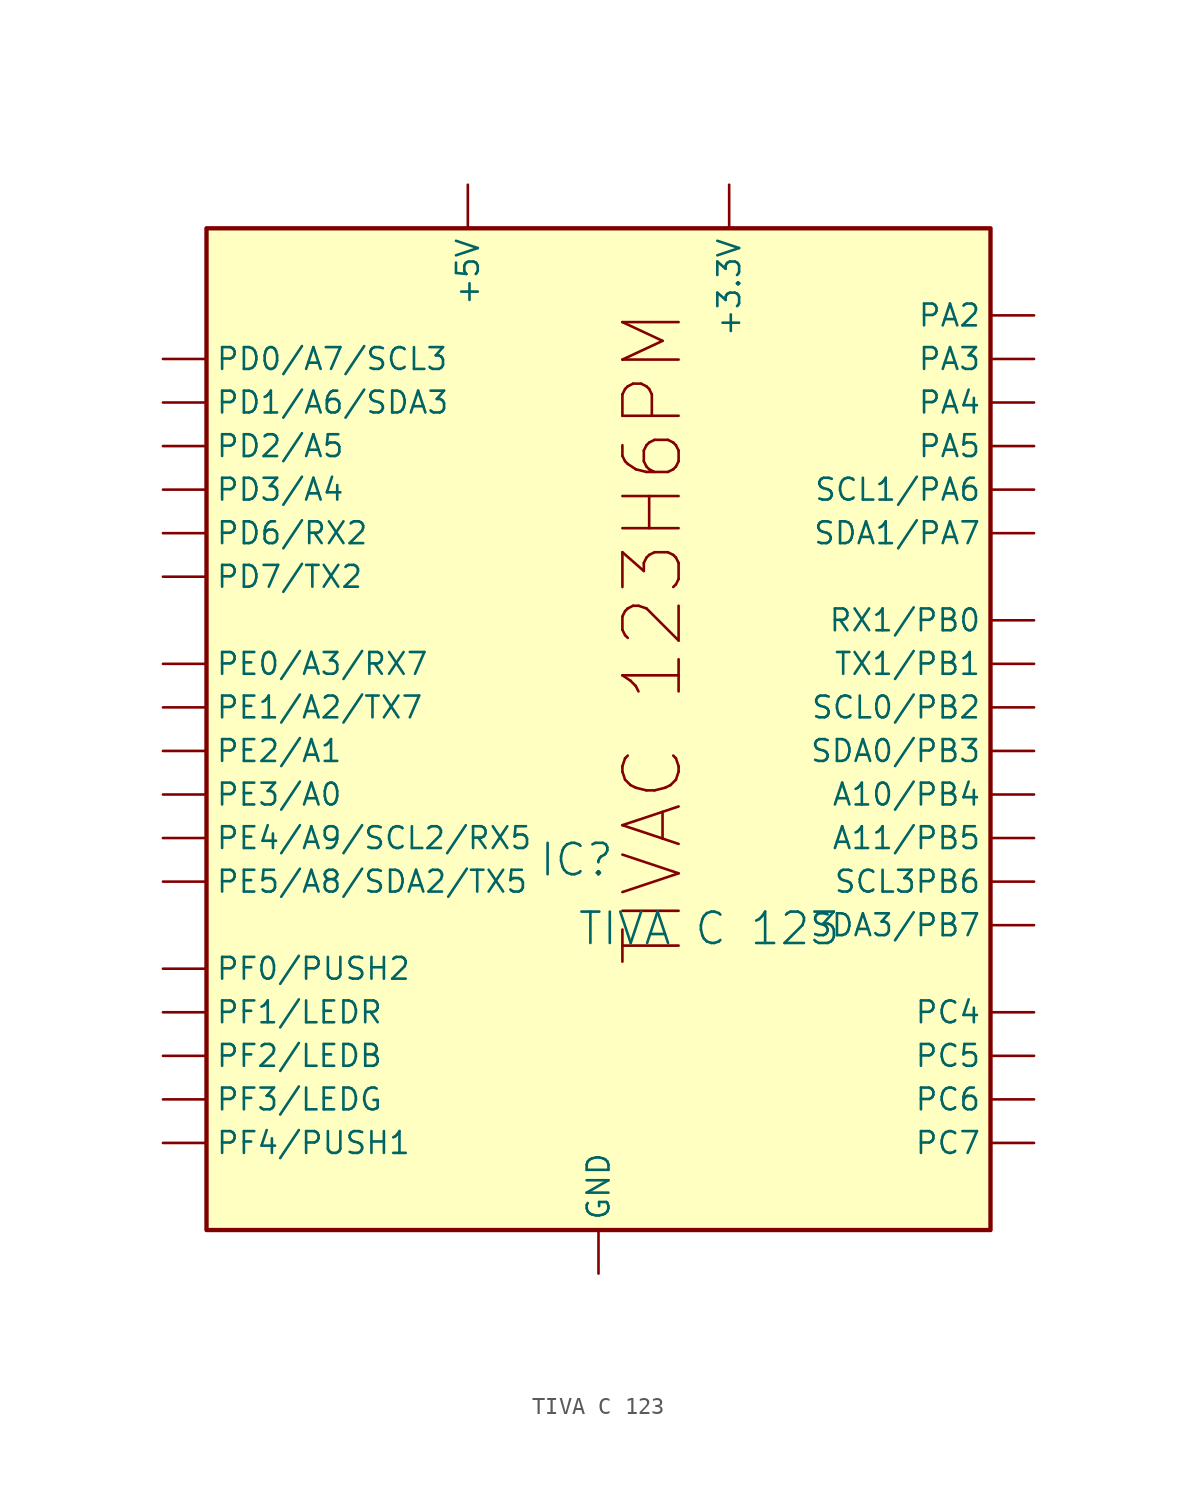
<source format=kicad_sym>
(kicad_symbol_lib
  (version 20241209)
  (generator "kicad_symbol_editor")
  (generator_version "9.0")
  (symbol "TIVA C 123"
    (property "Reference" "IC"
      (at -1.27 1.27 0)
      (effects (font (size 1.829 1.829))))
    (property "Value" "TIVA C 123"
      (at -1.27 -3.81 0)
      (effects (font (size 1.829 1.829)) (justify left bottom)))
    (symbol "TIVA C 123_1_0"
      (rectangle (start 22.86 38.1) (end -22.86 -20.32) (stroke (width 0.254) (type solid) (color 128 0 0 1)) (fill (type background)))
      (text "TIVAC 123H6PM" (at 5.08 -5.08 900) (effects (font (size 3.277 3.277)) (justify left bottom)))
      (pin passive line (at -25.4 30.48 0) (length 2.54) (name "PD0/A7/SCL3" (effects (font (size 1.27 1.27)))) (number "PD0" (effects (font (size 0 0)))))
      (pin passive line (at -25.4 27.94 0) (length 2.54) (name "PD1/A6/SDA3" (effects (font (size 1.27 1.27)))) (number "PD1" (effects (font (size 0 0)))))
      (pin passive line (at -25.4 25.4 0) (length 2.54) (name "PD2/A5" (effects (font (size 1.27 1.27)))) (number "PD2" (effects (font (size 0 0)))))
      (pin passive line (at -25.4 22.86 0) (length 2.54) (name "PD3/A4" (effects (font (size 1.27 1.27)))) (number "PD3" (effects (font (size 0 0)))))
      (pin passive line (at -25.4 20.32 0) (length 2.54) (name "PD6/RX2" (effects (font (size 1.27 1.27)))) (number "PD6" (effects (font (size 0 0)))))
      (pin passive line (at -25.4 17.78 0) (length 2.54) (name "PD7/TX2" (effects (font (size 1.27 1.27)))) (number "PD7" (effects (font (size 0 0)))))
      (pin passive line (at -25.4 12.7 0) (length 2.54) (name "PE0/A3/RX7" (effects (font (size 1.27 1.27)))) (number "PE0" (effects (font (size 0 0)))))
      (pin passive line (at -25.4 10.16 0) (length 2.54) (name "PE1/A2/TX7" (effects (font (size 1.27 1.27)))) (number "PE1" (effects (font (size 0 0)))))
      (pin passive line (at -25.4 7.62 0) (length 2.54) (name "PE2/A1" (effects (font (size 1.27 1.27)))) (number "PE2" (effects (font (size 0 0)))))
      (pin passive line (at -25.4 5.08 0) (length 2.54) (name "PE3/A0" (effects (font (size 1.27 1.27)))) (number "PE3" (effects (font (size 0 0)))))
      (pin passive line (at -25.4 2.54 0) (length 2.54) (name "PE4/A9/SCL2/RX5" (effects (font (size 1.27 1.27)))) (number "PE4" (effects (font (size 0 0)))))
      (pin passive line (at -25.4 0 0) (length 2.54) (name "PE5/A8/SDA2/TX5" (effects (font (size 1.27 1.27)))) (number "PE5" (effects (font (size 0 0)))))
      (pin passive line (at -25.4 -5.08 0) (length 2.54) (name "PF0/PUSH2" (effects (font (size 1.27 1.27)))) (number "PF0" (effects (font (size 0 0)))))
      (pin passive line (at -25.4 -7.62 0) (length 2.54) (name "PF1/LEDR" (effects (font (size 1.27 1.27)))) (number "PF1" (effects (font (size 0 0)))))
      (pin passive line (at -25.4 -10.16 0) (length 2.54) (name "PF2/LEDB" (effects (font (size 1.27 1.27)))) (number "PF2" (effects (font (size 0 0)))))
      (pin passive line (at -25.4 -12.7 0) (length 2.54) (name "PF3/LEDG" (effects (font (size 1.27 1.27)))) (number "PF3" (effects (font (size 0 0)))))
      (pin passive line (at -25.4 -15.24 0) (length 2.54) (name "PF4/PUSH1" (effects (font (size 1.27 1.27)))) (number "PF4" (effects (font (size 0 0)))))
      (pin passive line (at -7.62 40.64 270) (length 2.54) (name "+5V" (effects (font (size 1.27 1.27)))) (number "5V" (effects (font (size 0 0)))))
      (pin passive line (at 0 -22.86 90) (length 2.54) (name "GND" (effects (font (size 1.27 1.27)))) (number "GND" (effects (font (size 0 0)))))
      (pin passive line (at 7.62 40.64 270) (length 2.54) (name "+3.3V" (effects (font (size 1.27 1.27)))) (number "3.3V" (effects (font (size 0 0)))))
      (pin passive line (at 25.4 33.02 180) (length 2.54) (name "PA2" (effects (font (size 1.27 1.27)))) (number "PA2" (effects (font (size 0 0)))))
      (pin passive line (at 25.4 30.48 180) (length 2.54) (name "PA3" (effects (font (size 1.27 1.27)))) (number "PA3" (effects (font (size 0 0)))))
      (pin passive line (at 25.4 27.94 180) (length 2.54) (name "PA4" (effects (font (size 1.27 1.27)))) (number "PA4" (effects (font (size 0 0)))))
      (pin passive line (at 25.4 25.4 180) (length 2.54) (name "PA5" (effects (font (size 1.27 1.27)))) (number "PA5" (effects (font (size 0 0)))))
      (pin passive line (at 25.4 22.86 180) (length 2.54) (name "SCL1/PA6" (effects (font (size 1.27 1.27)))) (number "PA6" (effects (font (size 0 0)))))
      (pin passive line (at 25.4 20.32 180) (length 2.54) (name "SDA1/PA7" (effects (font (size 1.27 1.27)))) (number "PA7" (effects (font (size 0 0)))))
      (pin passive line (at 25.4 15.24 180) (length 2.54) (name "RX1/PB0" (effects (font (size 1.27 1.27)))) (number "PB0" (effects (font (size 0 0)))))
      (pin passive line (at 25.4 12.7 180) (length 2.54) (name "TX1/PB1" (effects (font (size 1.27 1.27)))) (number "PB1" (effects (font (size 0 0)))))
      (pin passive line (at 25.4 10.16 180) (length 2.54) (name "SCL0/PB2" (effects (font (size 1.27 1.27)))) (number "PB2" (effects (font (size 0 0)))))
      (pin passive line (at 25.4 7.62 180) (length 2.54) (name "SDA0/PB3" (effects (font (size 1.27 1.27)))) (number "PB3" (effects (font (size 0 0)))))
      (pin passive line (at 25.4 5.08 180) (length 2.54) (name "A10/PB4" (effects (font (size 1.27 1.27)))) (number "PB4" (effects (font (size 0 0)))))
      (pin passive line (at 25.4 2.54 180) (length 2.54) (name "A11/PB5" (effects (font (size 1.27 1.27)))) (number "PB5" (effects (font (size 0 0)))))
      (pin passive line (at 25.4 0 180) (length 2.54) (name "SCL3PB6" (effects (font (size 1.27 1.27)))) (number "PB6" (effects (font (size 0 0)))))
      (pin passive line (at 25.4 -2.54 180) (length 2.54) (name "SDA3/PB7" (effects (font (size 1.27 1.27)))) (number "PB7" (effects (font (size 0 0)))))
      (pin passive line (at 25.4 -7.62 180) (length 2.54) (name "PC4" (effects (font (size 1.27 1.27)))) (number "PC4" (effects (font (size 0 0)))))
      (pin passive line (at 25.4 -10.16 180) (length 2.54) (name "PC5" (effects (font (size 1.27 1.27)))) (number "PC5" (effects (font (size 0 0)))))
      (pin passive line (at 25.4 -12.7 180) (length 2.54) (name "PC6" (effects (font (size 1.27 1.27)))) (number "PC6" (effects (font (size 0 0)))))
      (pin passive line (at 25.4 -15.24 180) (length 2.54) (name "PC7" (effects (font (size 1.27 1.27)))) (number "PC7" (effects (font (size 0 0))))))))
</source>
